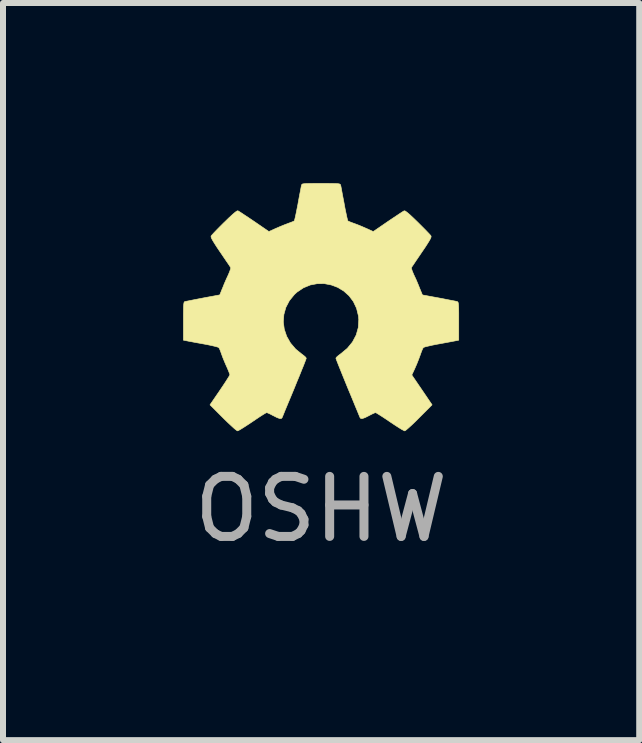
<source format=kicad_pcb>
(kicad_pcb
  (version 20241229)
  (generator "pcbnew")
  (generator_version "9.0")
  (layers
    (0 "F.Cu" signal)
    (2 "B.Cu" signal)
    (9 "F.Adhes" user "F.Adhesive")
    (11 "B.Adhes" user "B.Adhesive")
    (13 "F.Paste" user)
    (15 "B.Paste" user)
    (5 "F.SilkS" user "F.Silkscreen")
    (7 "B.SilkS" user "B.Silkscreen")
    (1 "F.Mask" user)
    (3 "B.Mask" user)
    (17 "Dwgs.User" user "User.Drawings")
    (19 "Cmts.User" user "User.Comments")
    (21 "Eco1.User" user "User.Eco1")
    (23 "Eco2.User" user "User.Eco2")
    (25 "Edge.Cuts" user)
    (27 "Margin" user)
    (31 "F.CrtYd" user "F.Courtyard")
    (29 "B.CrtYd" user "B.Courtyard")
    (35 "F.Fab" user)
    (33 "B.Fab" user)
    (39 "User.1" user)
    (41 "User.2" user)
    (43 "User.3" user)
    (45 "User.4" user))
  (footprint "OSHW"
    (layer "F.Cu")
    (at 2.298 2.763)
    (property "Reference" "OSHW" (at 0 2.667 0) (layer "F.Fab") (effects (font (size 1 1) (thickness 0.15))))
    (attr through_hole)
    (fp_poly (pts (xy 0.104 -2.758) (xy 0.182 -2.757) (xy 0.239 -2.756) (xy 0.278 -2.754) (xy 0.303 -2.75) (xy 0.316 -2.744) (xy 0.323 -2.737) (xy 0.326 -2.726) (xy 0.327 -2.725) (xy 0.332 -2.701) (xy 0.341 -2.653) (xy 0.353 -2.587) (xy 0.368 -2.508) (xy 0.385 -2.42) (xy 0.385 -2.417) (xy 0.401 -2.331) (xy 0.417 -2.255) (xy 0.43 -2.194) (xy 0.44 -2.152) (xy 0.446 -2.133) (xy 0.447 -2.133) (xy 0.465 -2.124) (xy 0.502 -2.109) (xy 0.551 -2.091) (xy 0.552 -2.091) (xy 0.613 -2.068) (xy 0.686 -2.038) (xy 0.754 -2.008) (xy 0.757 -2.007) (xy 0.869 -1.956) (xy 1.115 -2.125) (xy 1.191 -2.176) (xy 1.26 -2.222) (xy 1.317 -2.26) (xy 1.359 -2.287) (xy 1.383 -2.301) (xy 1.385 -2.302) (xy 1.402 -2.298) (xy 1.434 -2.275) (xy 1.481 -2.235) (xy 1.546 -2.174) (xy 1.612 -2.11) (xy 1.676 -2.046) (xy 1.733 -1.989) (xy 1.78 -1.94) (xy 1.814 -1.904) (xy 1.83 -1.884) (xy 1.831 -1.883) (xy 1.833 -1.869) (xy 1.826 -1.847) (xy 1.809 -1.814) (xy 1.779 -1.765) (xy 1.737 -1.699) (xy 1.679 -1.614) (xy 1.629 -1.54) (xy 1.583 -1.473) (xy 1.546 -1.417) (xy 1.519 -1.378) (xy 1.506 -1.357) (xy 1.505 -1.356) (xy 1.507 -1.336) (xy 1.519 -1.298) (xy 1.54 -1.248) (xy 1.547 -1.232) (xy 1.58 -1.162) (xy 1.614 -1.082) (xy 1.642 -1.012) (xy 1.663 -0.961) (xy 1.679 -0.922) (xy 1.688 -0.901) (xy 1.689 -0.9) (xy 1.706 -0.897) (xy 1.746 -0.89) (xy 1.804 -0.879) (xy 1.875 -0.866) (xy 1.952 -0.852) (xy 2.032 -0.837) (xy 2.107 -0.822) (xy 2.174 -0.809) (xy 2.227 -0.799) (xy 2.26 -0.792) (xy 2.268 -0.79) (xy 2.276 -0.785) (xy 2.283 -0.774) (xy 2.287 -0.754) (xy 2.29 -0.72) (xy 2.292 -0.67) (xy 2.293 -0.599) (xy 2.293 -0.504) (xy 2.293 -0.465) (xy 2.293 -0.147) (xy 2.217 -0.132) (xy 2.175 -0.124) (xy 2.111 -0.112) (xy 2.035 -0.098) (xy 1.953 -0.083) (xy 1.93 -0.079) (xy 1.855 -0.064) (xy 1.789 -0.049) (xy 1.738 -0.037) (xy 1.709 -0.027) (xy 1.704 -0.024) (xy 1.691 -0.003) (xy 1.674 0.038) (xy 1.655 0.09) (xy 1.651 0.102) (xy 1.625 0.172) (xy 1.594 0.25) (xy 1.563 0.321) (xy 1.563 0.322) (xy 1.511 0.433) (xy 1.68 0.681) (xy 1.849 0.93) (xy 1.632 1.147) (xy 1.567 1.212) (xy 1.507 1.269) (xy 1.456 1.315) (xy 1.418 1.348) (xy 1.396 1.363) (xy 1.392 1.364) (xy 1.374 1.356) (xy 1.335 1.335) (xy 1.281 1.301) (xy 1.216 1.259) (xy 1.146 1.212) (xy 1.075 1.164) (xy 1.011 1.122) (xy 0.959 1.089) (xy 0.923 1.067) (xy 0.907 1.06) (xy 0.887 1.066) (xy 0.85 1.083) (xy 0.803 1.107) (xy 0.798 1.11) (xy 0.734 1.142) (xy 0.69 1.158) (xy 0.663 1.158) (xy 0.649 1.143) (xy 0.649 1.143) (xy 0.642 1.126) (xy 0.625 1.085) (xy 0.6 1.024) (xy 0.567 0.945) (xy 0.529 0.852) (xy 0.486 0.748) (xy 0.444 0.648) (xy 0.399 0.537) (xy 0.357 0.434) (xy 0.32 0.342) (xy 0.289 0.265) (xy 0.266 0.206) (xy 0.251 0.167) (xy 0.247 0.153) (xy 0.258 0.136) (xy 0.287 0.11) (xy 0.326 0.081) (xy 0.437 -0.011) (xy 0.523 -0.116) (xy 0.585 -0.233) (xy 0.62 -0.358) (xy 0.628 -0.49) (xy 0.622 -0.552) (xy 0.591 -0.678) (xy 0.538 -0.79) (xy 0.466 -0.886) (xy 0.378 -0.965) (xy 0.278 -1.026) (xy 0.168 -1.067) (xy 0.053 -1.089) (xy -0.065 -1.088) (xy -0.181 -1.066) (xy -0.294 -1.019) (xy -0.4 -0.948) (xy -0.444 -0.908) (xy -0.528 -0.805) (xy -0.587 -0.692) (xy -0.62 -0.573) (xy -0.629 -0.451) (xy -0.613 -0.329) (xy -0.573 -0.211) (xy -0.51 -0.1) (xy -0.423 0.002) (xy -0.326 0.081) (xy -0.286 0.111) (xy -0.257 0.137) (xy -0.247 0.153) (xy -0.252 0.17) (xy -0.267 0.21) (xy -0.291 0.272) (xy -0.323 0.35) (xy -0.36 0.443) (xy -0.403 0.546) (xy -0.444 0.648) (xy -0.49 0.759) (xy -0.533 0.862) (xy -0.571 0.953) (xy -0.603 1.03) (xy -0.627 1.09) (xy -0.643 1.129) (xy -0.649 1.143) (xy -0.663 1.158) (xy -0.69 1.158) (xy -0.734 1.142) (xy -0.797 1.11) (xy -0.798 1.11) (xy -0.845 1.085) (xy -0.884 1.067) (xy -0.906 1.06) (xy -0.907 1.06) (xy -0.923 1.067) (xy -0.96 1.089) (xy -1.012 1.122) (xy -1.075 1.164) (xy -1.146 1.212) (xy -1.218 1.26) (xy -1.283 1.302) (xy -1.336 1.335) (xy -1.374 1.357) (xy -1.392 1.364) (xy -1.409 1.354) (xy -1.443 1.327) (xy -1.49 1.284) (xy -1.547 1.231) (xy -1.612 1.168) (xy -1.633 1.147) (xy -1.85 0.93) (xy -1.684 0.687) (xy -1.634 0.613) (xy -1.59 0.546) (xy -1.555 0.491) (xy -1.53 0.451) (xy -1.519 0.43) (xy -1.519 0.429) (xy -1.525 0.409) (xy -1.54 0.37) (xy -1.562 0.317) (xy -1.578 0.282) (xy -1.607 0.215) (xy -1.635 0.147) (xy -1.656 0.09) (xy -1.662 0.073) (xy -1.679 0.026) (xy -1.695 -0.01) (xy -1.704 -0.024) (xy -1.723 -0.032) (xy -1.766 -0.044) (xy -1.826 -0.058) (xy -1.898 -0.073) (xy -1.93 -0.079) (xy -2.012 -0.094) (xy -2.091 -0.108) (xy -2.159 -0.121) (xy -2.208 -0.13) (xy -2.217 -0.132) (xy -2.293 -0.147) (xy -2.293 -0.465) (xy -2.293 -0.569) (xy -2.292 -0.648) (xy -2.291 -0.705) (xy -2.288 -0.744) (xy -2.284 -0.769) (xy -2.279 -0.782) (xy -2.271 -0.789) (xy -2.268 -0.79) (xy -2.249 -0.794) (xy -2.207 -0.802) (xy -2.148 -0.814) (xy -2.077 -0.828) (xy -1.999 -0.843) (xy -1.92 -0.858) (xy -1.845 -0.872) (xy -1.779 -0.884) (xy -1.727 -0.894) (xy -1.696 -0.899) (xy -1.689 -0.9) (xy -1.683 -0.912) (xy -1.669 -0.946) (xy -1.65 -0.994) (xy -1.642 -1.012) (xy -1.613 -1.085) (xy -1.578 -1.165) (xy -1.547 -1.232) (xy -1.525 -1.284) (xy -1.51 -1.326) (xy -1.504 -1.352) (xy -1.505 -1.356) (xy -1.516 -1.372) (xy -1.54 -1.409) (xy -1.576 -1.461) (xy -1.62 -1.526) (xy -1.67 -1.6) (xy -1.68 -1.614) (xy -1.738 -1.7) (xy -1.78 -1.766) (xy -1.809 -1.814) (xy -1.826 -1.847) (xy -1.833 -1.869) (xy -1.831 -1.883) (xy -1.831 -1.883) (xy -1.816 -1.901) (xy -1.785 -1.935) (xy -1.739 -1.983) (xy -1.683 -2.04) (xy -1.62 -2.103) (xy -1.612 -2.11) (xy -1.533 -2.187) (xy -1.471 -2.244) (xy -1.427 -2.281) (xy -1.398 -2.3) (xy -1.385 -2.302) (xy -1.367 -2.292) (xy -1.328 -2.267) (xy -1.274 -2.231) (xy -1.207 -2.187) (xy -1.133 -2.137) (xy -1.115 -2.125) (xy -0.869 -1.956) (xy -0.757 -2.007) (xy -0.69 -2.036) (xy -0.617 -2.066) (xy -0.554 -2.09) (xy -0.552 -2.091) (xy -0.503 -2.109) (xy -0.465 -2.124) (xy -0.447 -2.133) (xy -0.447 -2.133) (xy -0.441 -2.149) (xy -0.431 -2.19) (xy -0.418 -2.25) (xy -0.403 -2.325) (xy -0.386 -2.41) (xy -0.385 -2.417) (xy -0.369 -2.505) (xy -0.354 -2.585) (xy -0.341 -2.651) (xy -0.332 -2.7) (xy -0.327 -2.725) (xy -0.327 -2.725) (xy -0.323 -2.736) (xy -0.317 -2.744) (xy -0.305 -2.75) (xy -0.281 -2.753) (xy -0.244 -2.756) (xy -0.19 -2.757) (xy -0.114 -2.758) (xy -0.013 -2.758) (xy 0 -2.758) (xy 0.104 -2.758)) (stroke (width 0.01) (type solid)) (fill yes) (layer "F.SilkS")))
  (gr_rect
    (start -3 -3)
    (end 7.597 9.278)
    (stroke (width 0.1) (type default))
    (fill no)
    (layer "Edge.Cuts")))
</source>
